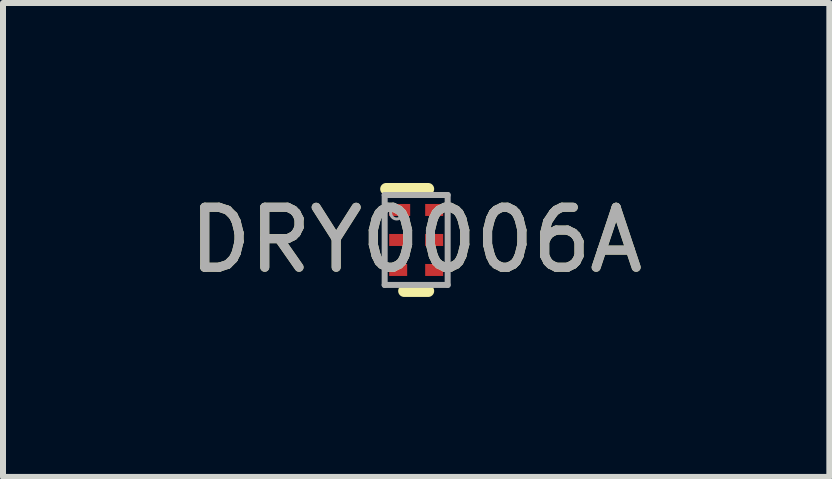
<source format=kicad_pcb>
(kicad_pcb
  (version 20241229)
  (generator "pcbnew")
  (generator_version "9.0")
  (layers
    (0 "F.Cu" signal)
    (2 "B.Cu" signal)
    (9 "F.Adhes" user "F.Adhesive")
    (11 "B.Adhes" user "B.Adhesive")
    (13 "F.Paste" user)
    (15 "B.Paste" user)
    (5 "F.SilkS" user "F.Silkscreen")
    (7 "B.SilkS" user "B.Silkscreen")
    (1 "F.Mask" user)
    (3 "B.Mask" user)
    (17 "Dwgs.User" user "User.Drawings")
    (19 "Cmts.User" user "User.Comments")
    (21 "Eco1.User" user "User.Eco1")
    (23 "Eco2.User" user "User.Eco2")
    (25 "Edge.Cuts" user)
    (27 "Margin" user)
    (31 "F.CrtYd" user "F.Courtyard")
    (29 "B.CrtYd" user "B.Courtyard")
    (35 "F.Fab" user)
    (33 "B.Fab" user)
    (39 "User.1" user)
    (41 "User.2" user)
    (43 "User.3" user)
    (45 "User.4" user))
  (footprint "DRY0006A"
    (layer "F.Cu")
    (at 3.887 0.95)
    (property "Reference" "DRY0006A" (at 0 0 0) (unlocked yes) (layer "F.SilkS") (effects (font (size 1 1) (thickness 0.15))))
    (attr smd)
    (fp_line (start -0.5 -0.85) (end 0.2 -0.85) (stroke (width 0.2) (type solid)) (layer "F.SilkS"))
    (fp_line (start -0.2 0.85) (end 0.2 0.85) (stroke (width 0.2) (type solid)) (layer "F.SilkS"))
    (fp_line (start -0.525 -0.75) (end 0.525 -0.75) (stroke (width 0.1) (type solid)) (layer "F.Fab"))
    (fp_line (start -0.525 0.75) (end -0.525 -0.75) (stroke (width 0.1) (type solid)) (layer "F.Fab"))
    (fp_line (start -0.525 0.75) (end 0.525 0.75) (stroke (width 0.1) (type solid)) (layer "F.Fab"))
    (fp_line (start 0.525 0.75) (end 0.525 -0.75) (stroke (width 0.1) (type solid)) (layer "F.Fab"))
    (fp_circle (center -0.325 -0.45) (end -0.225 -0.45) (stroke (width 0.05) (type solid)) (fill no) (layer "F.Fab"))
    (fp_text user "${REFERENCE}" (at 0 0 0) (unlocked yes) (layer "F.Fab") (effects (font (size 1 1) (thickness 0.15))))
    (pad "1" smd rect (at -0.275 -0.5 90) (size 0.2 0.35) (layers "F.Cu" "F.Mask" "F.Paste"))
    (pad "2" smd rect (at -0.3 -0.000003 90) (size 0.2 0.3) (layers "F.Cu" "F.Mask" "F.Paste"))
    (pad "3" smd rect (at -0.3 0.5 90) (size 0.2 0.3) (layers "F.Cu" "F.Mask" "F.Paste"))
    (pad "4" smd rect (at 0.3 0.5 90) (size 0.2 0.3) (layers "F.Cu" "F.Mask" "F.Paste"))
    (pad "5" smd rect (at 0.3 -0.000003 90) (size 0.2 0.3) (layers "F.Cu" "F.Mask" "F.Paste"))
    (pad "6" smd rect (at 0.3 -0.5 90) (size 0.2 0.3) (layers "F.Cu" "F.Mask" "F.Paste")))
  (gr_rect
    (start -3 -3)
    (end 10.774 4.9)
    (stroke (width 0.1) (type default))
    (fill no)
    (layer "Edge.Cuts")))
</source>
